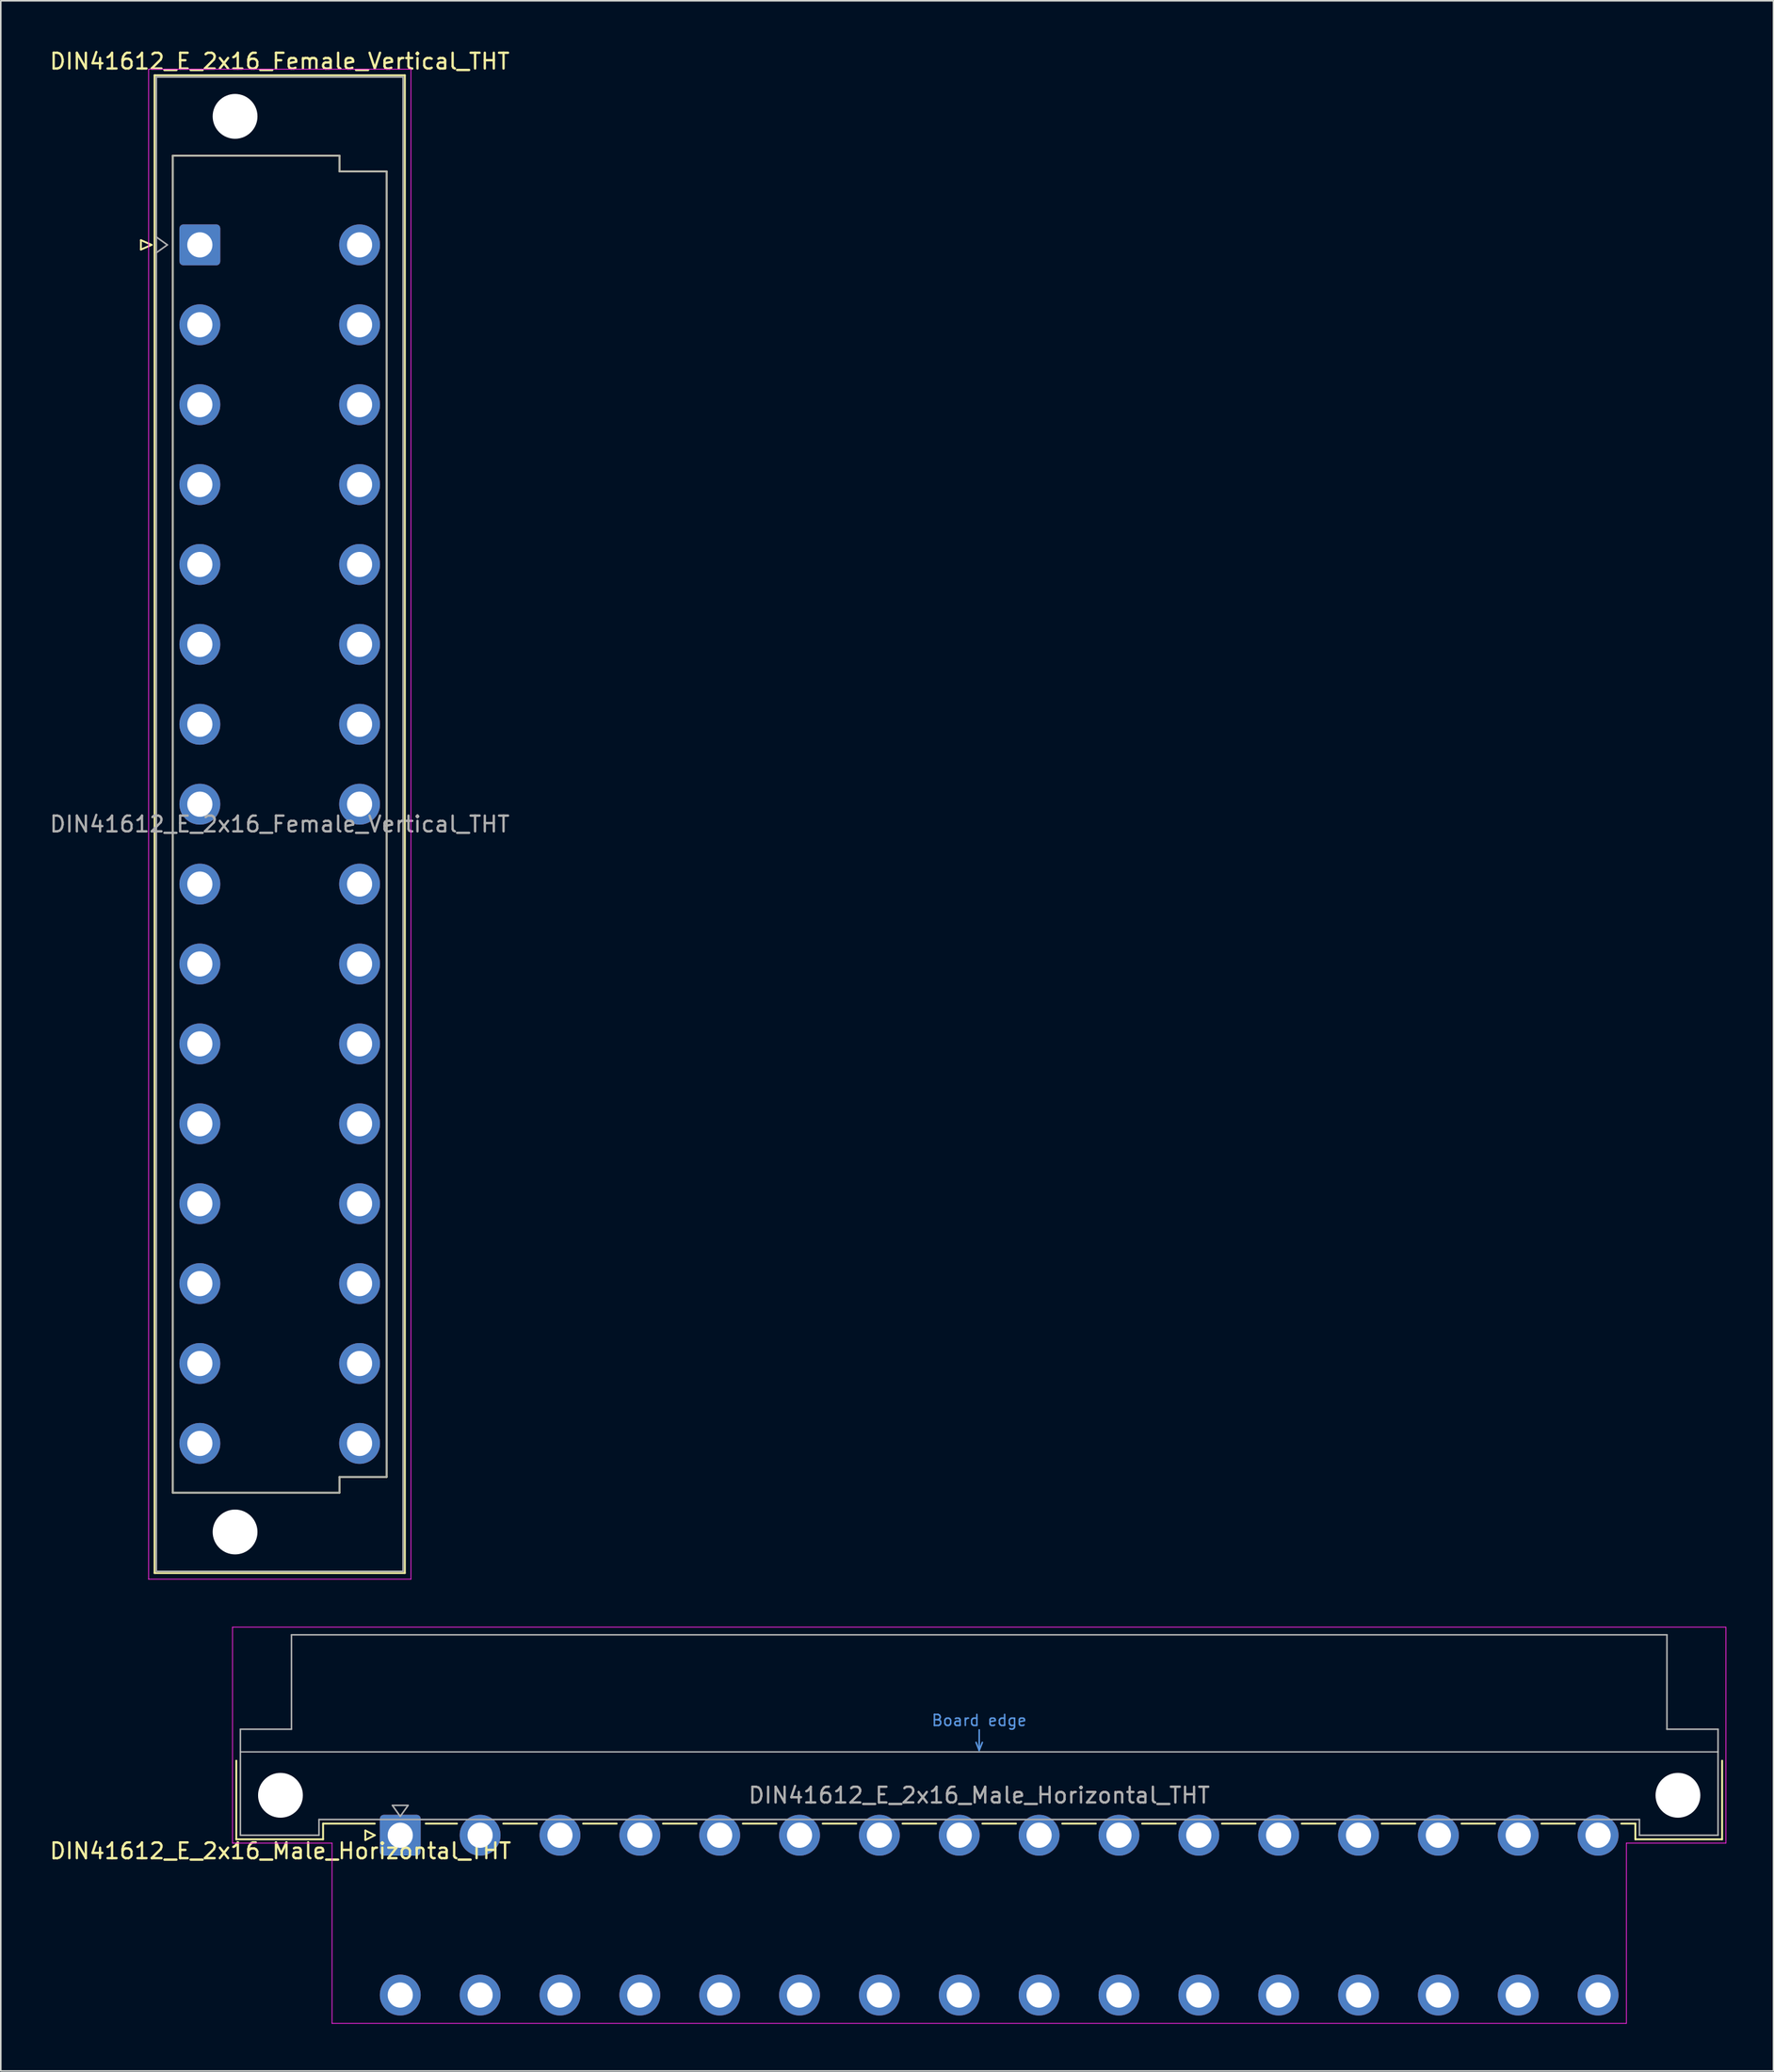
<source format=kicad_pcb>
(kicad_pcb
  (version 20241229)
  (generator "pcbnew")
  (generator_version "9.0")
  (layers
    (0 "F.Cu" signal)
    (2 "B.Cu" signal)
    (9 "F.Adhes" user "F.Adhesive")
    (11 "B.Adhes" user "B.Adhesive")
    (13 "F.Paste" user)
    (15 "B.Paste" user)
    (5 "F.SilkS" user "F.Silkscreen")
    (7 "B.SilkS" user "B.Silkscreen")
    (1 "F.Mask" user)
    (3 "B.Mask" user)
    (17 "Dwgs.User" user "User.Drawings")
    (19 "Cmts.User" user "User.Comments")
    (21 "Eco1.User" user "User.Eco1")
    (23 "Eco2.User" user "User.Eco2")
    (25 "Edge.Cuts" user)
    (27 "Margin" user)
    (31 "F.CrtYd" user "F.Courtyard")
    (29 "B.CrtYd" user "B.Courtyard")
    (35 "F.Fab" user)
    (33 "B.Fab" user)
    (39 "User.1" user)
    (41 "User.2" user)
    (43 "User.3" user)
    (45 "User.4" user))
  (footprint "DIN41612_E_2x16_Female_Vertical_THT"
    (layer "F.Cu")
    (at 9.664 9.978)
    (property "Reference" "DIN41612_E_2x16_Female_Vertical_THT" (at 5.08 -9.13 0) (layer "F.SilkS") (effects (font (size 1 1) (thickness 0.15))))
    (attr through_hole)
    (fp_line (start -3.75 2.24) (end -3.75 2.84) (stroke (width 0.12) (type solid)) (layer "F.SilkS"))
    (fp_line (start -3.75 2.84) (end -3.07 2.54) (stroke (width 0.12) (type solid)) (layer "F.SilkS"))
    (fp_line (start -3.07 2.54) (end -3.75 2.24) (stroke (width 0.12) (type solid)) (layer "F.SilkS"))
    (fp_line (start -2.88 -8.24) (end 13.04 -8.24) (stroke (width 0.12) (type solid)) (layer "F.SilkS"))
    (fp_line (start -2.88 86.98) (end -2.88 -8.24) (stroke (width 0.12) (type solid)) (layer "F.SilkS"))
    (fp_line (start -1.72 -3.131) (end 8.88 -3.131) (stroke (width 0.12) (type solid)) (layer "F.SilkS"))
    (fp_line (start -1.72 81.87) (end -1.72 -3.131) (stroke (width 0.12) (type solid)) (layer "F.SilkS"))
    (fp_line (start 8.88 -3.131) (end 8.88 -2.131) (stroke (width 0.12) (type solid)) (layer "F.SilkS"))
    (fp_line (start 8.88 -2.131) (end 11.88 -2.131) (stroke (width 0.12) (type solid)) (layer "F.SilkS"))
    (fp_line (start 8.88 80.87) (end 8.88 81.87) (stroke (width 0.12) (type solid)) (layer "F.SilkS"))
    (fp_line (start 8.88 81.87) (end -1.72 81.87) (stroke (width 0.12) (type solid)) (layer "F.SilkS"))
    (fp_line (start 11.88 -2.131) (end 11.88 80.87) (stroke (width 0.12) (type solid)) (layer "F.SilkS"))
    (fp_line (start 11.88 80.87) (end 8.88 80.87) (stroke (width 0.12) (type solid)) (layer "F.SilkS"))
    (fp_line (start 13.04 -8.24) (end 13.04 86.98) (stroke (width 0.12) (type solid)) (layer "F.SilkS"))
    (fp_line (start 13.04 86.98) (end -2.88 86.98) (stroke (width 0.12) (type solid)) (layer "F.SilkS"))
    (fp_line (start -3.26 -8.63) (end 13.43 -8.63) (stroke (width 0.05) (type solid)) (layer "F.CrtYd"))
    (fp_line (start -3.26 87.37) (end -3.26 -8.63) (stroke (width 0.05) (type solid)) (layer "F.CrtYd"))
    (fp_line (start 13.43 -8.63) (end 13.43 87.37) (stroke (width 0.05) (type solid)) (layer "F.CrtYd"))
    (fp_line (start 13.43 87.37) (end -3.26 87.37) (stroke (width 0.05) (type solid)) (layer "F.CrtYd"))
    (fp_line (start -2.77 -8.13) (end 12.93 -8.13) (stroke (width 0.1) (type solid)) (layer "F.Fab"))
    (fp_line (start -2.77 2.04) (end -2.07 2.54) (stroke (width 0.1) (type solid)) (layer "F.Fab"))
    (fp_line (start -2.77 86.87) (end -2.77 -8.13) (stroke (width 0.1) (type solid)) (layer "F.Fab"))
    (fp_line (start -2.07 2.54) (end -2.77 3.04) (stroke (width 0.1) (type solid)) (layer "F.Fab"))
    (fp_line (start -1.72 -3.13) (end 8.88 -3.13) (stroke (width 0.1) (type solid)) (layer "F.Fab"))
    (fp_line (start -1.72 81.87) (end -1.72 -3.13) (stroke (width 0.1) (type solid)) (layer "F.Fab"))
    (fp_line (start 8.88 -3.13) (end 8.88 -2.13) (stroke (width 0.1) (type solid)) (layer "F.Fab"))
    (fp_line (start 8.88 -2.13) (end 11.88 -2.13) (stroke (width 0.1) (type solid)) (layer "F.Fab"))
    (fp_line (start 8.88 80.87) (end 8.88 81.87) (stroke (width 0.1) (type solid)) (layer "F.Fab"))
    (fp_line (start 8.88 81.87) (end -1.72 81.87) (stroke (width 0.1) (type solid)) (layer "F.Fab"))
    (fp_line (start 11.88 -2.13) (end 11.88 80.87) (stroke (width 0.1) (type solid)) (layer "F.Fab"))
    (fp_line (start 11.88 80.87) (end 8.88 80.87) (stroke (width 0.1) (type solid)) (layer "F.Fab"))
    (fp_line (start 12.93 -8.13) (end 12.93 86.87) (stroke (width 0.1) (type solid)) (layer "F.Fab"))
    (fp_line (start 12.93 86.87) (end -2.77 86.87) (stroke (width 0.1) (type solid)) (layer "F.Fab"))
    (fp_text user "${REFERENCE}" (at 5.08 39.37 0) (layer "F.Fab") (effects (font (size 1 1) (thickness 0.15))))
    (pad "" np_thru_hole circle (at 2.24 -5.63) (size 2.85 2.85) (drill 2.85) (layers "*.Cu" "*.Mask"))
    (pad "" np_thru_hole circle (at 2.24 84.37) (size 2.85 2.85) (drill 2.85) (layers "*.Cu" "*.Mask"))
    (pad "a2" thru_hole roundrect (at 0 2.54) (size 2.6 2.6) (drill 1.6) (layers "*.Cu" "*.Mask") (roundrect_rratio 0.096))
    (pad "a4" thru_hole circle (at 0 7.62) (size 2.6 2.6) (drill 1.6) (layers "*.Cu" "*.Mask"))
    (pad "a6" thru_hole circle (at 0 12.7) (size 2.6 2.6) (drill 1.6) (layers "*.Cu" "*.Mask"))
    (pad "a8" thru_hole circle (at 0 17.78) (size 2.6 2.6) (drill 1.6) (layers "*.Cu" "*.Mask"))
    (pad "a10" thru_hole circle (at 0 22.86) (size 2.6 2.6) (drill 1.6) (layers "*.Cu" "*.Mask"))
    (pad "a12" thru_hole circle (at 0 27.94) (size 2.6 2.6) (drill 1.6) (layers "*.Cu" "*.Mask"))
    (pad "a14" thru_hole circle (at 0 33.02) (size 2.6 2.6) (drill 1.6) (layers "*.Cu" "*.Mask"))
    (pad "a16" thru_hole circle (at 0 38.1) (size 2.6 2.6) (drill 1.6) (layers "*.Cu" "*.Mask"))
    (pad "a18" thru_hole circle (at 0 43.18) (size 2.6 2.6) (drill 1.6) (layers "*.Cu" "*.Mask"))
    (pad "a20" thru_hole circle (at 0 48.26) (size 2.6 2.6) (drill 1.6) (layers "*.Cu" "*.Mask"))
    (pad "a22" thru_hole circle (at 0 53.34) (size 2.6 2.6) (drill 1.6) (layers "*.Cu" "*.Mask"))
    (pad "a24" thru_hole circle (at 0 58.42) (size 2.6 2.6) (drill 1.6) (layers "*.Cu" "*.Mask"))
    (pad "a26" thru_hole circle (at 0 63.5) (size 2.6 2.6) (drill 1.6) (layers "*.Cu" "*.Mask"))
    (pad "a28" thru_hole circle (at 0 68.58) (size 2.6 2.6) (drill 1.6) (layers "*.Cu" "*.Mask"))
    (pad "a30" thru_hole circle (at 0 73.66) (size 2.6 2.6) (drill 1.6) (layers "*.Cu" "*.Mask"))
    (pad "a32" thru_hole circle (at 0 78.74) (size 2.6 2.6) (drill 1.6) (layers "*.Cu" "*.Mask"))
    (pad "e2" thru_hole circle (at 10.16 2.54) (size 2.6 2.6) (drill 1.6) (layers "*.Cu" "*.Mask"))
    (pad "e4" thru_hole circle (at 10.16 7.62) (size 2.6 2.6) (drill 1.6) (layers "*.Cu" "*.Mask"))
    (pad "e6" thru_hole circle (at 10.16 12.7) (size 2.6 2.6) (drill 1.6) (layers "*.Cu" "*.Mask"))
    (pad "e8" thru_hole circle (at 10.16 17.78) (size 2.6 2.6) (drill 1.6) (layers "*.Cu" "*.Mask"))
    (pad "e10" thru_hole circle (at 10.16 22.86) (size 2.6 2.6) (drill 1.6) (layers "*.Cu" "*.Mask"))
    (pad "e12" thru_hole circle (at 10.16 27.94) (size 2.6 2.6) (drill 1.6) (layers "*.Cu" "*.Mask"))
    (pad "e14" thru_hole circle (at 10.16 33.02) (size 2.6 2.6) (drill 1.6) (layers "*.Cu" "*.Mask"))
    (pad "e16" thru_hole circle (at 10.16 38.1) (size 2.6 2.6) (drill 1.6) (layers "*.Cu" "*.Mask"))
    (pad "e18" thru_hole circle (at 10.16 43.18) (size 2.6 2.6) (drill 1.6) (layers "*.Cu" "*.Mask"))
    (pad "e20" thru_hole circle (at 10.16 48.26) (size 2.6 2.6) (drill 1.6) (layers "*.Cu" "*.Mask"))
    (pad "e22" thru_hole circle (at 10.16 53.34) (size 2.6 2.6) (drill 1.6) (layers "*.Cu" "*.Mask"))
    (pad "e24" thru_hole circle (at 10.16 58.42) (size 2.6 2.6) (drill 1.6) (layers "*.Cu" "*.Mask"))
    (pad "e26" thru_hole circle (at 10.16 63.5) (size 2.6 2.6) (drill 1.6) (layers "*.Cu" "*.Mask"))
    (pad "e28" thru_hole circle (at 10.16 68.58) (size 2.6 2.6) (drill 1.6) (layers "*.Cu" "*.Mask"))
    (pad "e30" thru_hole circle (at 10.16 73.66) (size 2.6 2.6) (drill 1.6) (layers "*.Cu" "*.Mask"))
    (pad "e32" thru_hole circle (at 10.16 78.74) (size 2.6 2.6) (drill 1.6) (layers "*.Cu" "*.Mask")))
  (footprint "DIN41612_E_2x16_Male_Horizontal_THT"
    (layer "F.Cu")
    (at 19.872 113.628)
    (property "Reference" "DIN41612_E_2x16_Male_Horizontal_THT" (at -5.08 1 0) (layer "F.SilkS") (effects (font (size 1 1) (thickness 0.15))))
    (attr through_hole)
    (fp_line (start -7.89 -4.74) (end -7.89 0.26) (stroke (width 0.12) (type solid)) (layer "F.SilkS"))
    (fp_line (start -7.89 0.26) (end -2.37 0.26) (stroke (width 0.12) (type solid)) (layer "F.SilkS"))
    (fp_line (start -2.371 -0.74) (end 0.92 -0.74) (stroke (width 0.12) (type solid)) (layer "F.SilkS"))
    (fp_line (start -2.37 0.26) (end -2.37 -0.74) (stroke (width 0.12) (type solid)) (layer "F.SilkS"))
    (fp_line (start 0.32 -0.3) (end 0.32 0.3) (stroke (width 0.12) (type solid)) (layer "F.SilkS"))
    (fp_line (start 0.32 0.3) (end 0.92 0) (stroke (width 0.12) (type solid)) (layer "F.SilkS"))
    (fp_line (start 0.92 0) (end 0.32 -0.3) (stroke (width 0.12) (type solid)) (layer "F.SilkS"))
    (fp_line (start 4.16 -0.74) (end 6.149 -0.74) (stroke (width 0.12) (type solid)) (layer "F.SilkS"))
    (fp_line (start 9.092 -0.74) (end 11.229 -0.74) (stroke (width 0.12) (type solid)) (layer "F.SilkS"))
    (fp_line (start 14.172 -0.74) (end 16.309 -0.74) (stroke (width 0.12) (type solid)) (layer "F.SilkS"))
    (fp_line (start 19.252 -0.74) (end 21.389 -0.74) (stroke (width 0.12) (type solid)) (layer "F.SilkS"))
    (fp_line (start 24.332 -0.74) (end 26.469 -0.74) (stroke (width 0.12) (type solid)) (layer "F.SilkS"))
    (fp_line (start 29.412 -0.74) (end 31.549 -0.74) (stroke (width 0.12) (type solid)) (layer "F.SilkS"))
    (fp_line (start 34.492 -0.74) (end 36.629 -0.74) (stroke (width 0.12) (type solid)) (layer "F.SilkS"))
    (fp_line (start 39.572 -0.74) (end 41.709 -0.74) (stroke (width 0.12) (type solid)) (layer "F.SilkS"))
    (fp_line (start 44.652 -0.74) (end 46.789 -0.74) (stroke (width 0.12) (type solid)) (layer "F.SilkS"))
    (fp_line (start 49.732 -0.74) (end 51.869 -0.74) (stroke (width 0.12) (type solid)) (layer "F.SilkS"))
    (fp_line (start 54.812 -0.74) (end 56.949 -0.74) (stroke (width 0.12) (type solid)) (layer "F.SilkS"))
    (fp_line (start 59.892 -0.74) (end 62.029 -0.74) (stroke (width 0.12) (type solid)) (layer "F.SilkS"))
    (fp_line (start 64.972 -0.74) (end 67.109 -0.74) (stroke (width 0.12) (type solid)) (layer "F.SilkS"))
    (fp_line (start 70.052 -0.74) (end 72.189 -0.74) (stroke (width 0.12) (type solid)) (layer "F.SilkS"))
    (fp_line (start 75.132 -0.74) (end 77.269 -0.74) (stroke (width 0.12) (type solid)) (layer "F.SilkS"))
    (fp_line (start 80.212 -0.74) (end 81.11 -0.74) (stroke (width 0.12) (type solid)) (layer "F.SilkS"))
    (fp_line (start 81.11 0.26) (end 81.11 -0.74) (stroke (width 0.12) (type solid)) (layer "F.SilkS"))
    (fp_line (start 86.63 -4.74) (end 86.63 0.26) (stroke (width 0.12) (type solid)) (layer "F.SilkS"))
    (fp_line (start 86.63 0.26) (end 81.11 0.26) (stroke (width 0.12) (type solid)) (layer "F.SilkS"))
    (fp_line (start -7.63 -5.3) (end 86.37 -5.3) (stroke (width 0.08) (type solid)) (layer "Dwgs.User"))
    (fp_line (start 39.17 -5.9) (end 39.37 -5.4) (stroke (width 0.1) (type solid)) (layer "Cmts.User"))
    (fp_line (start 39.37 -5.4) (end 39.37 -6.7) (stroke (width 0.1) (type solid)) (layer "Cmts.User"))
    (fp_line (start 39.37 -5.4) (end 39.57 -5.9) (stroke (width 0.1) (type solid)) (layer "Cmts.User"))
    (fp_line (start -8.13 -13.23) (end -8.13 0.5) (stroke (width 0.05) (type solid)) (layer "F.CrtYd"))
    (fp_line (start -8.13 0.5) (end -1.8 0.5) (stroke (width 0.05) (type solid)) (layer "F.CrtYd"))
    (fp_line (start -1.8 0.5) (end -1.8 11.96) (stroke (width 0.05) (type solid)) (layer "F.CrtYd"))
    (fp_line (start -1.8 11.96) (end 80.54 11.96) (stroke (width 0.05) (type solid)) (layer "F.CrtYd"))
    (fp_line (start 80.54 0.5) (end 86.87 0.5) (stroke (width 0.05) (type solid)) (layer "F.CrtYd"))
    (fp_line (start 80.54 11.96) (end 80.54 0.5) (stroke (width 0.05) (type solid)) (layer "F.CrtYd"))
    (fp_line (start 86.87 -13.23) (end -8.13 -13.23) (stroke (width 0.05) (type solid)) (layer "F.CrtYd"))
    (fp_line (start 86.87 0.5) (end 86.87 -13.23) (stroke (width 0.05) (type solid)) (layer "F.CrtYd"))
    (fp_line (start -7.63 -6.74) (end -7.63 0) (stroke (width 0.1) (type solid)) (layer "F.Fab"))
    (fp_line (start -7.63 0) (end -2.63 0) (stroke (width 0.1) (type solid)) (layer "F.Fab"))
    (fp_line (start -4.38 -12.74) (end -4.38 -6.74) (stroke (width 0.1) (type solid)) (layer "F.Fab"))
    (fp_line (start -4.38 -6.74) (end -7.63 -6.74) (stroke (width 0.1) (type solid)) (layer "F.Fab"))
    (fp_line (start -2.63 -1) (end 81.37 -1) (stroke (width 0.1) (type solid)) (layer "F.Fab"))
    (fp_line (start -2.63 0) (end -2.63 -1) (stroke (width 0.1) (type solid)) (layer "F.Fab"))
    (fp_line (start 2.04 -1.9) (end 3.04 -1.9) (stroke (width 0.1) (type solid)) (layer "F.Fab"))
    (fp_line (start 2.54 -1.2) (end 2.04 -1.9) (stroke (width 0.1) (type solid)) (layer "F.Fab"))
    (fp_line (start 3.04 -1.9) (end 2.54 -1.2) (stroke (width 0.1) (type solid)) (layer "F.Fab"))
    (fp_line (start 81.37 -1) (end 81.37 0) (stroke (width 0.1) (type solid)) (layer "F.Fab"))
    (fp_line (start 81.37 0) (end 86.37 0) (stroke (width 0.1) (type solid)) (layer "F.Fab"))
    (fp_line (start 83.12 -12.74) (end -4.38 -12.74) (stroke (width 0.1) (type solid)) (layer "F.Fab"))
    (fp_line (start 83.12 -6.74) (end 83.12 -12.74) (stroke (width 0.1) (type solid)) (layer "F.Fab"))
    (fp_line (start 86.37 -6.74) (end 83.12 -6.74) (stroke (width 0.1) (type solid)) (layer "F.Fab"))
    (fp_line (start 86.37 0) (end 86.37 -6.74) (stroke (width 0.1) (type solid)) (layer "F.Fab"))
    (fp_text user "Board edge" (at 39.37 -7.3 0) (layer "Cmts.User") (effects (font (size 0.7 0.7) (thickness 0.1))))
    (fp_text user "${REFERENCE}" (at 39.37 -2.54 0) (layer "F.Fab") (effects (font (size 1 1) (thickness 0.15))))
    (pad "" np_thru_hole circle (at -5.08 -2.54) (size 2.85 2.85) (drill 2.85) (layers "*.Cu" "*.Mask"))
    (pad "" np_thru_hole circle (at 83.82 -2.54) (size 2.85 2.85) (drill 2.85) (layers "*.Cu" "*.Mask"))
    (pad "a2" thru_hole roundrect (at 2.54 0) (size 2.6 2.6) (drill 1.6) (layers "*.Cu" "*.Mask") (roundrect_rratio 0.096))
    (pad "a4" thru_hole circle (at 7.62 0) (size 2.6 2.6) (drill 1.6) (layers "*.Cu" "*.Mask"))
    (pad "a6" thru_hole circle (at 12.7 0) (size 2.6 2.6) (drill 1.6) (layers "*.Cu" "*.Mask"))
    (pad "a8" thru_hole circle (at 17.78 0) (size 2.6 2.6) (drill 1.6) (layers "*.Cu" "*.Mask"))
    (pad "a10" thru_hole circle (at 22.86 0) (size 2.6 2.6) (drill 1.6) (layers "*.Cu" "*.Mask"))
    (pad "a12" thru_hole circle (at 27.94 0) (size 2.6 2.6) (drill 1.6) (layers "*.Cu" "*.Mask"))
    (pad "a14" thru_hole circle (at 33.02 0) (size 2.6 2.6) (drill 1.6) (layers "*.Cu" "*.Mask"))
    (pad "a16" thru_hole circle (at 38.1 0) (size 2.6 2.6) (drill 1.6) (layers "*.Cu" "*.Mask"))
    (pad "a18" thru_hole circle (at 43.18 0) (size 2.6 2.6) (drill 1.6) (layers "*.Cu" "*.Mask"))
    (pad "a20" thru_hole circle (at 48.26 0) (size 2.6 2.6) (drill 1.6) (layers "*.Cu" "*.Mask"))
    (pad "a22" thru_hole circle (at 53.34 0) (size 2.6 2.6) (drill 1.6) (layers "*.Cu" "*.Mask"))
    (pad "a24" thru_hole circle (at 58.42 0) (size 2.6 2.6) (drill 1.6) (layers "*.Cu" "*.Mask"))
    (pad "a26" thru_hole circle (at 63.5 0) (size 2.6 2.6) (drill 1.6) (layers "*.Cu" "*.Mask"))
    (pad "a28" thru_hole circle (at 68.58 0) (size 2.6 2.6) (drill 1.6) (layers "*.Cu" "*.Mask"))
    (pad "a30" thru_hole circle (at 73.66 0) (size 2.6 2.6) (drill 1.6) (layers "*.Cu" "*.Mask"))
    (pad "a32" thru_hole circle (at 78.74 0) (size 2.6 2.6) (drill 1.6) (layers "*.Cu" "*.Mask"))
    (pad "e2" thru_hole circle (at 2.54 10.16) (size 2.6 2.6) (drill 1.6) (layers "*.Cu" "*.Mask"))
    (pad "e4" thru_hole circle (at 7.62 10.16) (size 2.6 2.6) (drill 1.6) (layers "*.Cu" "*.Mask"))
    (pad "e6" thru_hole circle (at 12.7 10.16) (size 2.6 2.6) (drill 1.6) (layers "*.Cu" "*.Mask"))
    (pad "e8" thru_hole circle (at 17.78 10.16) (size 2.6 2.6) (drill 1.6) (layers "*.Cu" "*.Mask"))
    (pad "e10" thru_hole circle (at 22.86 10.16) (size 2.6 2.6) (drill 1.6) (layers "*.Cu" "*.Mask"))
    (pad "e12" thru_hole circle (at 27.94 10.16) (size 2.6 2.6) (drill 1.6) (layers "*.Cu" "*.Mask"))
    (pad "e14" thru_hole circle (at 33.02 10.16) (size 2.6 2.6) (drill 1.6) (layers "*.Cu" "*.Mask"))
    (pad "e16" thru_hole circle (at 38.1 10.16) (size 2.6 2.6) (drill 1.6) (layers "*.Cu" "*.Mask"))
    (pad "e18" thru_hole circle (at 43.18 10.16) (size 2.6 2.6) (drill 1.6) (layers "*.Cu" "*.Mask"))
    (pad "e20" thru_hole circle (at 48.26 10.16) (size 2.6 2.6) (drill 1.6) (layers "*.Cu" "*.Mask"))
    (pad "e22" thru_hole circle (at 53.34 10.16) (size 2.6 2.6) (drill 1.6) (layers "*.Cu" "*.Mask"))
    (pad "e24" thru_hole circle (at 58.42 10.16) (size 2.6 2.6) (drill 1.6) (layers "*.Cu" "*.Mask"))
    (pad "e26" thru_hole circle (at 63.5 10.16) (size 2.6 2.6) (drill 1.6) (layers "*.Cu" "*.Mask"))
    (pad "e28" thru_hole circle (at 68.58 10.16) (size 2.6 2.6) (drill 1.6) (layers "*.Cu" "*.Mask"))
    (pad "e30" thru_hole circle (at 73.66 10.16) (size 2.6 2.6) (drill 1.6) (layers "*.Cu" "*.Mask"))
    (pad "e32" thru_hole circle (at 78.74 10.16) (size 2.6 2.6) (drill 1.6) (layers "*.Cu" "*.Mask")))
  (gr_rect
    (start -3 -3)
    (end 109.767 128.613)
    (stroke (width 0.1) (type default))
    (fill no)
    (layer "Edge.Cuts")))
</source>
